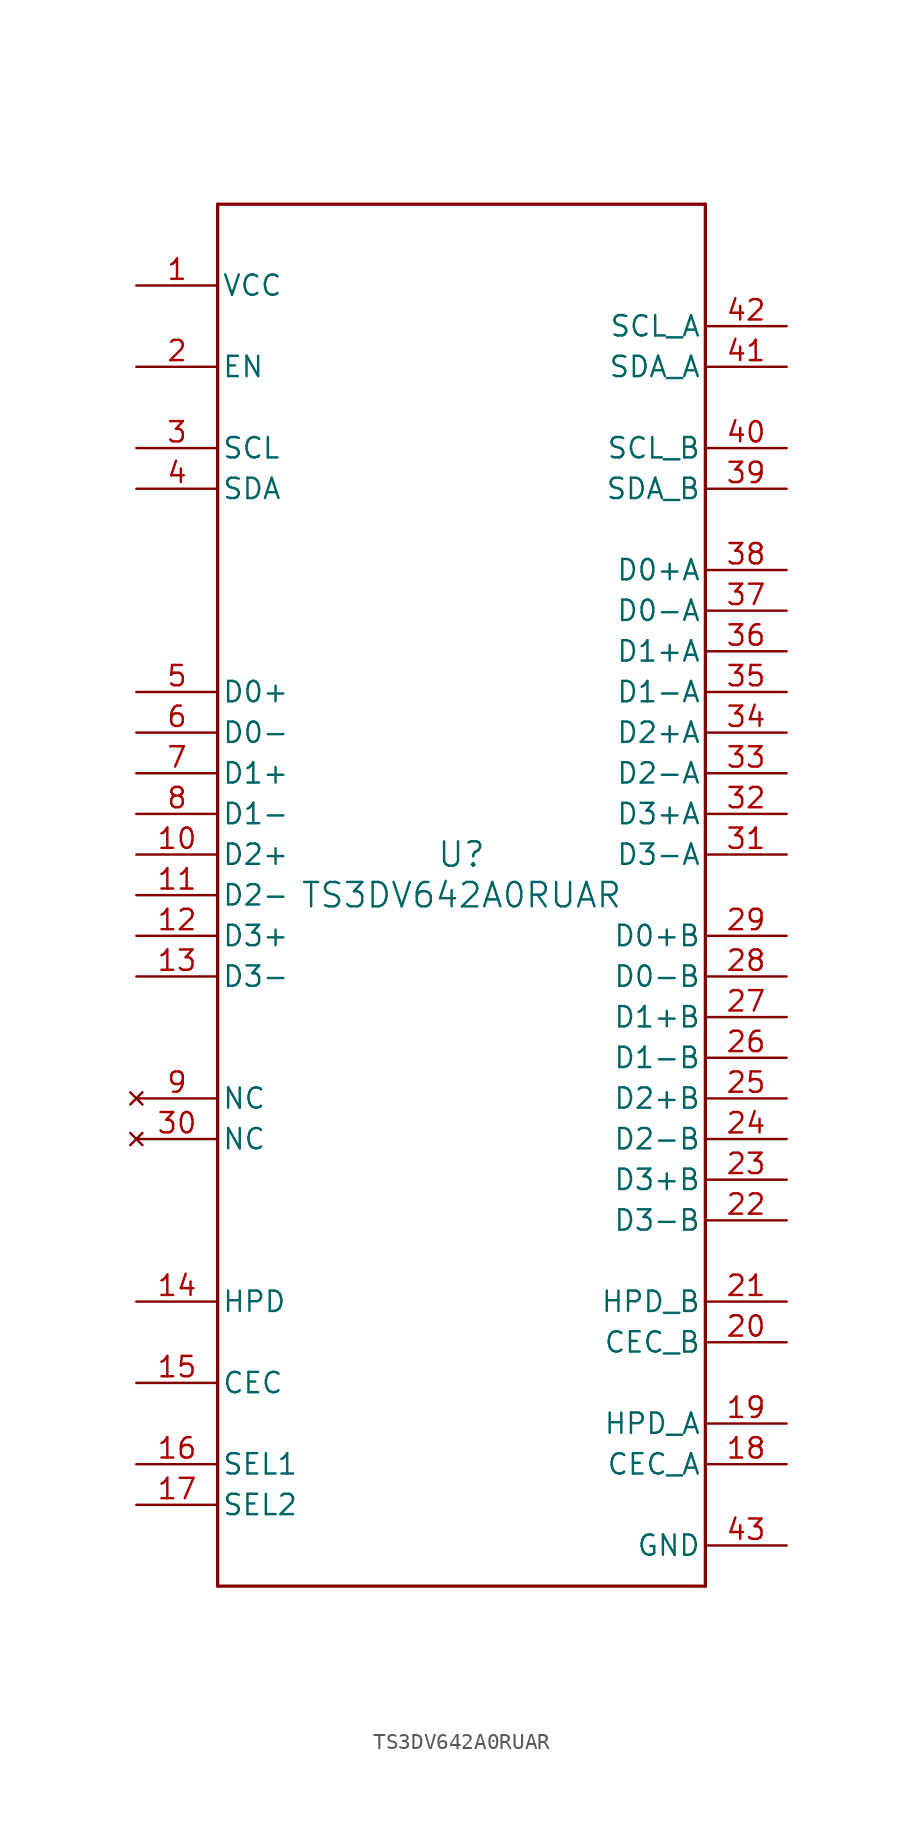
<source format=kicad_sym>
(kicad_symbol_lib
  (version 20220914)
  (generator kicad_symbol_editor)
  (symbol "TS3DV642A0RUAR"
    (pin_names
      (offset 0.254))
    (property "Reference" "U"
      (at 0 2.54 0)
      (effects (font (size 1.524 1.524))))
    (property "Value" "TS3DV642A0RUAR"
      (at 0 0 0)
      (effects (font (size 1.524 1.524))))
    (property "ki_locked" ""
      (at 0 0 0)
      (effects (font (size 1.27 1.27))))
    (symbol "TS3DV642A0RUAR_0_1"
      (polyline (pts (xy -15.24 -43.18) (xy 15.24 -43.18)) (stroke (width 0.203) (type default)) (fill (type none)))
      (polyline (pts (xy -15.24 43.18) (xy -15.24 -43.18)) (stroke (width 0.203) (type default)) (fill (type none)))
      (polyline (pts (xy 15.24 -43.18) (xy 15.24 43.18)) (stroke (width 0.203) (type default)) (fill (type none)))
      (polyline (pts (xy 15.24 43.18) (xy -15.24 43.18)) (stroke (width 0.203) (type default)) (fill (type none)))
      (pin power_in line (at -20.32 38.1 0) (length 5.08) (name "VCC" (effects (font (size 1.27 1.27)))) (number "1" (effects (font (size 1.27 1.27)))))
      (pin bidirectional line (at -20.32 2.54 0) (length 5.08) (name "D2+" (effects (font (size 1.27 1.27)))) (number "10" (effects (font (size 1.27 1.27)))))
      (pin bidirectional line (at -20.32 0 0) (length 5.08) (name "D2-" (effects (font (size 1.27 1.27)))) (number "11" (effects (font (size 1.27 1.27)))))
      (pin bidirectional line (at -20.32 -2.54 0) (length 5.08) (name "D3+" (effects (font (size 1.27 1.27)))) (number "12" (effects (font (size 1.27 1.27)))))
      (pin bidirectional line (at -20.32 -5.08 0) (length 5.08) (name "D3-" (effects (font (size 1.27 1.27)))) (number "13" (effects (font (size 1.27 1.27)))))
      (pin bidirectional line (at -20.32 -25.4 0) (length 5.08) (name "HPD" (effects (font (size 1.27 1.27)))) (number "14" (effects (font (size 1.27 1.27)))))
      (pin bidirectional line (at -20.32 -30.48 0) (length 5.08) (name "CEC" (effects (font (size 1.27 1.27)))) (number "15" (effects (font (size 1.27 1.27)))))
      (pin input line (at -20.32 -35.56 0) (length 5.08) (name "SEL1" (effects (font (size 1.27 1.27)))) (number "16" (effects (font (size 1.27 1.27)))))
      (pin input line (at -20.32 -38.1 0) (length 5.08) (name "SEL2" (effects (font (size 1.27 1.27)))) (number "17" (effects (font (size 1.27 1.27)))))
      (pin bidirectional line (at 20.32 -35.56 180) (length 5.08) (name "CEC_A" (effects (font (size 1.27 1.27)))) (number "18" (effects (font (size 1.27 1.27)))))
      (pin bidirectional line (at 20.32 -33.02 180) (length 5.08) (name "HPD_A" (effects (font (size 1.27 1.27)))) (number "19" (effects (font (size 1.27 1.27)))))
      (pin input line (at -20.32 33.02 0) (length 5.08) (name "EN" (effects (font (size 1.27 1.27)))) (number "2" (effects (font (size 1.27 1.27)))))
      (pin bidirectional line (at 20.32 -27.94 180) (length 5.08) (name "CEC_B" (effects (font (size 1.27 1.27)))) (number "20" (effects (font (size 1.27 1.27)))))
      (pin bidirectional line (at 20.32 -25.4 180) (length 5.08) (name "HPD_B" (effects (font (size 1.27 1.27)))) (number "21" (effects (font (size 1.27 1.27)))))
      (pin bidirectional line (at 20.32 -20.32 180) (length 5.08) (name "D3-B" (effects (font (size 1.27 1.27)))) (number "22" (effects (font (size 1.27 1.27)))))
      (pin bidirectional line (at 20.32 -17.78 180) (length 5.08) (name "D3+B" (effects (font (size 1.27 1.27)))) (number "23" (effects (font (size 1.27 1.27)))))
      (pin bidirectional line (at 20.32 -15.24 180) (length 5.08) (name "D2-B" (effects (font (size 1.27 1.27)))) (number "24" (effects (font (size 1.27 1.27)))))
      (pin bidirectional line (at 20.32 -12.7 180) (length 5.08) (name "D2+B" (effects (font (size 1.27 1.27)))) (number "25" (effects (font (size 1.27 1.27)))))
      (pin bidirectional line (at 20.32 -10.16 180) (length 5.08) (name "D1-B" (effects (font (size 1.27 1.27)))) (number "26" (effects (font (size 1.27 1.27)))))
      (pin bidirectional line (at 20.32 -7.62 180) (length 5.08) (name "D1+B" (effects (font (size 1.27 1.27)))) (number "27" (effects (font (size 1.27 1.27)))))
      (pin bidirectional line (at 20.32 -5.08 180) (length 5.08) (name "D0-B" (effects (font (size 1.27 1.27)))) (number "28" (effects (font (size 1.27 1.27)))))
      (pin bidirectional line (at 20.32 -2.54 180) (length 5.08) (name "D0+B" (effects (font (size 1.27 1.27)))) (number "29" (effects (font (size 1.27 1.27)))))
      (pin bidirectional line (at -20.32 27.94 0) (length 5.08) (name "SCL" (effects (font (size 1.27 1.27)))) (number "3" (effects (font (size 1.27 1.27)))))
      (pin bidirectional line (at 20.32 2.54 180) (length 5.08) (name "D3-A" (effects (font (size 1.27 1.27)))) (number "31" (effects (font (size 1.27 1.27)))))
      (pin bidirectional line (at 20.32 5.08 180) (length 5.08) (name "D3+A" (effects (font (size 1.27 1.27)))) (number "32" (effects (font (size 1.27 1.27)))))
      (pin bidirectional line (at 20.32 7.62 180) (length 5.08) (name "D2-A" (effects (font (size 1.27 1.27)))) (number "33" (effects (font (size 1.27 1.27)))))
      (pin bidirectional line (at 20.32 10.16 180) (length 5.08) (name "D2+A" (effects (font (size 1.27 1.27)))) (number "34" (effects (font (size 1.27 1.27)))))
      (pin bidirectional line (at 20.32 12.7 180) (length 5.08) (name "D1-A" (effects (font (size 1.27 1.27)))) (number "35" (effects (font (size 1.27 1.27)))))
      (pin bidirectional line (at 20.32 15.24 180) (length 5.08) (name "D1+A" (effects (font (size 1.27 1.27)))) (number "36" (effects (font (size 1.27 1.27)))))
      (pin bidirectional line (at 20.32 17.78 180) (length 5.08) (name "D0-A" (effects (font (size 1.27 1.27)))) (number "37" (effects (font (size 1.27 1.27)))))
      (pin bidirectional line (at 20.32 20.32 180) (length 5.08) (name "D0+A" (effects (font (size 1.27 1.27)))) (number "38" (effects (font (size 1.27 1.27)))))
      (pin bidirectional line (at 20.32 25.4 180) (length 5.08) (name "SDA_B" (effects (font (size 1.27 1.27)))) (number "39" (effects (font (size 1.27 1.27)))))
      (pin bidirectional line (at -20.32 25.4 0) (length 5.08) (name "SDA" (effects (font (size 1.27 1.27)))) (number "4" (effects (font (size 1.27 1.27)))))
      (pin bidirectional line (at 20.32 27.94 180) (length 5.08) (name "SCL_B" (effects (font (size 1.27 1.27)))) (number "40" (effects (font (size 1.27 1.27)))))
      (pin bidirectional line (at 20.32 33.02 180) (length 5.08) (name "SDA_A" (effects (font (size 1.27 1.27)))) (number "41" (effects (font (size 1.27 1.27)))))
      (pin bidirectional line (at 20.32 35.56 180) (length 5.08) (name "SCL_A" (effects (font (size 1.27 1.27)))) (number "42" (effects (font (size 1.27 1.27)))))
      (pin power_in line (at 20.32 -40.64 180) (length 5.08) (name "GND" (effects (font (size 1.27 1.27)))) (number "43" (effects (font (size 1.27 1.27)))))
      (pin bidirectional line (at -20.32 12.7 0) (length 5.08) (name "D0+" (effects (font (size 1.27 1.27)))) (number "5" (effects (font (size 1.27 1.27)))))
      (pin bidirectional line (at -20.32 10.16 0) (length 5.08) (name "D0-" (effects (font (size 1.27 1.27)))) (number "6" (effects (font (size 1.27 1.27)))))
      (pin bidirectional line (at -20.32 7.62 0) (length 5.08) (name "D1+" (effects (font (size 1.27 1.27)))) (number "7" (effects (font (size 1.27 1.27)))))
      (pin bidirectional line (at -20.32 5.08 0) (length 5.08) (name "D1-" (effects (font (size 1.27 1.27)))) (number "8" (effects (font (size 1.27 1.27))))))
    (symbol "TS3DV642A0RUAR_1_1"
      (pin no_connect line (at -20.32 -15.24 0) (length 5.08) (name "NC" (effects (font (size 1.27 1.27)))) (number "30" (effects (font (size 1.27 1.27)))))
      (pin no_connect line (at -20.32 -12.7 0) (length 5.08) (name "NC" (effects (font (size 1.27 1.27)))) (number "9" (effects (font (size 1.27 1.27))))))))
</source>
